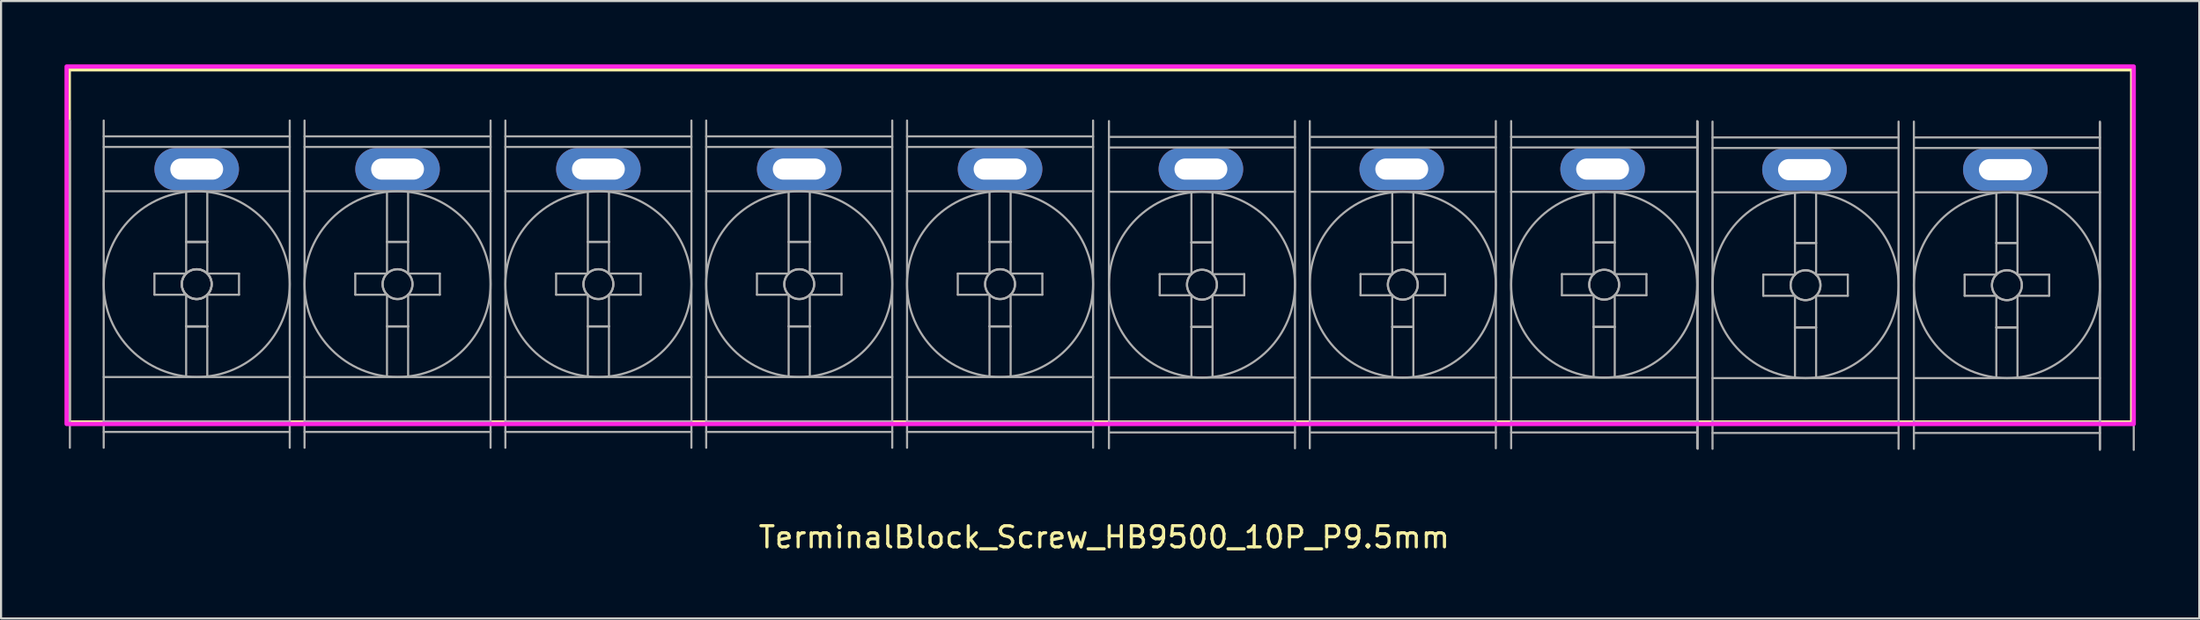
<source format=kicad_pcb>
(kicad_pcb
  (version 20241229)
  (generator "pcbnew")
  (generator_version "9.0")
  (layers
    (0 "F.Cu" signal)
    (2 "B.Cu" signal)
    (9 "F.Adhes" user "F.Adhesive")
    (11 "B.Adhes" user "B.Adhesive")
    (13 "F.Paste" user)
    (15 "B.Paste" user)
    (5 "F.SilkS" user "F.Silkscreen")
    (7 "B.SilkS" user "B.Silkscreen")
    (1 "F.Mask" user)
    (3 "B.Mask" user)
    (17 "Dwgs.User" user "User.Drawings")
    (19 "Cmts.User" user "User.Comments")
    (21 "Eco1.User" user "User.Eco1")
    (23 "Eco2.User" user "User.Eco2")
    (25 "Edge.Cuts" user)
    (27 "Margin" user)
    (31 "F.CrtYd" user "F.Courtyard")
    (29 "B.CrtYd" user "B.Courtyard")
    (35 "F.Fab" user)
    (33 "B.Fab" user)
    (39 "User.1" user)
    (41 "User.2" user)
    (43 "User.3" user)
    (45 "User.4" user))
  (footprint "TerminalBlock_Screw_HB9500_10P_P9.5mm"
    (layer "F.Cu")
    (at 48.99 10.41)
    (property "Reference" "TerminalBlock_Screw_HB9500_10P_P9.5mm" (at 0.19 11.988 0) (layer "F.SilkS") (effects (font (size 1 1) (thickness 0.15))))
    (attr through_hole)
    (fp_rect (start -48.81 -10.2) (end 48.84 6.575) (stroke (width 0.25) (type solid)) (fill no) (layer "F.SilkS"))
    (fp_rect (start -48.89 -10.31) (end 48.89 6.625) (stroke (width 0.2) (type solid)) (fill no) (layer "F.CrtYd"))
    (fp_line (start -48.735 -7.75) (end -48.735 7.75) (stroke (width 0.1) (type solid)) (layer "F.Fab"))
    (fp_line (start -47.135 -7.75) (end -47.135 7.75) (stroke (width 0.1) (type solid)) (layer "F.Fab"))
    (fp_line (start -47.135 -7) (end -38.335 -7) (stroke (width 0.1) (type solid)) (layer "F.Fab"))
    (fp_line (start -47.135 -6.5) (end -38.335 -6.5) (stroke (width 0.1) (type solid)) (layer "F.Fab"))
    (fp_line (start -47.135 -4.4) (end -38.335 -4.4) (stroke (width 0.1) (type solid)) (layer "F.Fab"))
    (fp_line (start -47.135 4.4) (end -38.335 4.4) (stroke (width 0.1) (type solid)) (layer "F.Fab"))
    (fp_line (start -47.135 6.5) (end -38.335 6.5) (stroke (width 0.1) (type solid)) (layer "F.Fab"))
    (fp_line (start -47.135 7) (end -38.335 7) (stroke (width 0.1) (type solid)) (layer "F.Fab"))
    (fp_line (start -44.735 -0.5) (end -44.735 0.5) (stroke (width 0.1) (type solid)) (layer "F.Fab"))
    (fp_line (start -44.735 0.5) (end -43.235 0.5) (stroke (width 0.1) (type solid)) (layer "F.Fab"))
    (fp_line (start -43.235 -4.35) (end -43.235 -0.5) (stroke (width 0.1) (type solid)) (layer "F.Fab"))
    (fp_line (start -43.235 -2) (end -42.235 -2) (stroke (width 0.1) (type solid)) (layer "F.Fab"))
    (fp_line (start -43.235 -2) (end -42.235 -2) (stroke (width 0.1) (type solid)) (layer "F.Fab"))
    (fp_line (start -43.235 -2) (end -42.235 -2) (stroke (width 0.1) (type solid)) (layer "F.Fab"))
    (fp_line (start -43.235 -0.5) (end -44.735 -0.5) (stroke (width 0.1) (type solid)) (layer "F.Fab"))
    (fp_line (start -43.235 0.5) (end -43.235 4.35) (stroke (width 0.1) (type solid)) (layer "F.Fab"))
    (fp_line (start -43.235 2) (end -42.235 2) (stroke (width 0.1) (type solid)) (layer "F.Fab"))
    (fp_line (start -43.235 2) (end -42.235 2) (stroke (width 0.1) (type solid)) (layer "F.Fab"))
    (fp_line (start -43.235 2) (end -42.235 2) (stroke (width 0.1) (type solid)) (layer "F.Fab"))
    (fp_line (start -42.235 -4.35) (end -42.235 -0.5) (stroke (width 0.1) (type solid)) (layer "F.Fab"))
    (fp_line (start -42.235 -0.5) (end -40.735 -0.5) (stroke (width 0.1) (type solid)) (layer "F.Fab"))
    (fp_line (start -42.235 0.5) (end -42.235 4.35) (stroke (width 0.1) (type solid)) (layer "F.Fab"))
    (fp_line (start -40.735 -0.5) (end -40.735 0.5) (stroke (width 0.1) (type solid)) (layer "F.Fab"))
    (fp_line (start -40.735 0.5) (end -42.235 0.5) (stroke (width 0.1) (type solid)) (layer "F.Fab"))
    (fp_line (start -38.335 -7.75) (end -38.335 7.75) (stroke (width 0.1) (type solid)) (layer "F.Fab"))
    (fp_line (start -37.635 -7.75) (end -37.635 7.75) (stroke (width 0.1) (type solid)) (layer "F.Fab"))
    (fp_line (start -37.635 -7) (end -28.835 -7) (stroke (width 0.1) (type solid)) (layer "F.Fab"))
    (fp_line (start -37.635 -6.5) (end -28.835 -6.5) (stroke (width 0.1) (type solid)) (layer "F.Fab"))
    (fp_line (start -37.635 -4.4) (end -28.835 -4.4) (stroke (width 0.1) (type solid)) (layer "F.Fab"))
    (fp_line (start -37.635 4.4) (end -28.835 4.4) (stroke (width 0.1) (type solid)) (layer "F.Fab"))
    (fp_line (start -37.635 6.5) (end -28.835 6.5) (stroke (width 0.1) (type solid)) (layer "F.Fab"))
    (fp_line (start -37.635 7) (end -28.835 7) (stroke (width 0.1) (type solid)) (layer "F.Fab"))
    (fp_line (start -35.235 -0.5) (end -35.235 0.5) (stroke (width 0.1) (type solid)) (layer "F.Fab"))
    (fp_line (start -35.235 0.5) (end -33.735 0.5) (stroke (width 0.1) (type solid)) (layer "F.Fab"))
    (fp_line (start -33.735 -4.35) (end -33.735 -0.5) (stroke (width 0.1) (type solid)) (layer "F.Fab"))
    (fp_line (start -33.735 -2) (end -32.735 -2) (stroke (width 0.1) (type solid)) (layer "F.Fab"))
    (fp_line (start -33.735 -2) (end -32.735 -2) (stroke (width 0.1) (type solid)) (layer "F.Fab"))
    (fp_line (start -33.735 -0.5) (end -35.235 -0.5) (stroke (width 0.1) (type solid)) (layer "F.Fab"))
    (fp_line (start -33.735 0.5) (end -33.735 4.35) (stroke (width 0.1) (type solid)) (layer "F.Fab"))
    (fp_line (start -33.735 2) (end -32.735 2) (stroke (width 0.1) (type solid)) (layer "F.Fab"))
    (fp_line (start -33.735 2) (end -32.735 2) (stroke (width 0.1) (type solid)) (layer "F.Fab"))
    (fp_line (start -32.735 -4.35) (end -32.735 -0.5) (stroke (width 0.1) (type solid)) (layer "F.Fab"))
    (fp_line (start -32.735 -0.5) (end -31.235 -0.5) (stroke (width 0.1) (type solid)) (layer "F.Fab"))
    (fp_line (start -32.735 0.5) (end -32.735 4.35) (stroke (width 0.1) (type solid)) (layer "F.Fab"))
    (fp_line (start -31.235 -0.5) (end -31.235 0.5) (stroke (width 0.1) (type solid)) (layer "F.Fab"))
    (fp_line (start -31.235 0.5) (end -32.735 0.5) (stroke (width 0.1) (type solid)) (layer "F.Fab"))
    (fp_line (start -28.835 -7.75) (end -28.835 7.75) (stroke (width 0.1) (type solid)) (layer "F.Fab"))
    (fp_line (start -28.135 -7.75) (end -28.135 7.75) (stroke (width 0.1) (type solid)) (layer "F.Fab"))
    (fp_line (start -28.135 -7) (end -19.335 -7) (stroke (width 0.1) (type solid)) (layer "F.Fab"))
    (fp_line (start -28.135 -6.5) (end -19.335 -6.5) (stroke (width 0.1) (type solid)) (layer "F.Fab"))
    (fp_line (start -28.135 -4.4) (end -19.335 -4.4) (stroke (width 0.1) (type solid)) (layer "F.Fab"))
    (fp_line (start -28.135 4.4) (end -19.335 4.4) (stroke (width 0.1) (type solid)) (layer "F.Fab"))
    (fp_line (start -28.135 6.5) (end -19.335 6.5) (stroke (width 0.1) (type solid)) (layer "F.Fab"))
    (fp_line (start -28.135 7) (end -19.335 7) (stroke (width 0.1) (type solid)) (layer "F.Fab"))
    (fp_line (start -25.735 -0.5) (end -25.735 0.5) (stroke (width 0.1) (type solid)) (layer "F.Fab"))
    (fp_line (start -25.735 0.5) (end -24.235 0.5) (stroke (width 0.1) (type solid)) (layer "F.Fab"))
    (fp_line (start -24.235 -4.35) (end -24.235 -0.5) (stroke (width 0.1) (type solid)) (layer "F.Fab"))
    (fp_line (start -24.235 -2) (end -23.235 -2) (stroke (width 0.1) (type solid)) (layer "F.Fab"))
    (fp_line (start -24.235 -2) (end -23.235 -2) (stroke (width 0.1) (type solid)) (layer "F.Fab"))
    (fp_line (start -24.235 -0.5) (end -25.735 -0.5) (stroke (width 0.1) (type solid)) (layer "F.Fab"))
    (fp_line (start -24.235 0.5) (end -24.235 4.35) (stroke (width 0.1) (type solid)) (layer "F.Fab"))
    (fp_line (start -24.235 2) (end -23.235 2) (stroke (width 0.1) (type solid)) (layer "F.Fab"))
    (fp_line (start -24.235 2) (end -23.235 2) (stroke (width 0.1) (type solid)) (layer "F.Fab"))
    (fp_line (start -23.235 -4.35) (end -23.235 -0.5) (stroke (width 0.1) (type solid)) (layer "F.Fab"))
    (fp_line (start -23.235 -0.5) (end -21.735 -0.5) (stroke (width 0.1) (type solid)) (layer "F.Fab"))
    (fp_line (start -23.235 0.5) (end -23.235 4.35) (stroke (width 0.1) (type solid)) (layer "F.Fab"))
    (fp_line (start -21.735 -0.5) (end -21.735 0.5) (stroke (width 0.1) (type solid)) (layer "F.Fab"))
    (fp_line (start -21.735 0.5) (end -23.235 0.5) (stroke (width 0.1) (type solid)) (layer "F.Fab"))
    (fp_line (start -19.335 -7.75) (end -19.335 7.75) (stroke (width 0.1) (type solid)) (layer "F.Fab"))
    (fp_line (start -18.635 -7.75) (end -18.635 7.75) (stroke (width 0.1) (type solid)) (layer "F.Fab"))
    (fp_line (start -18.635 -7) (end -9.835 -7) (stroke (width 0.1) (type solid)) (layer "F.Fab"))
    (fp_line (start -18.635 -6.5) (end -9.835 -6.5) (stroke (width 0.1) (type solid)) (layer "F.Fab"))
    (fp_line (start -18.635 -4.4) (end -9.835 -4.4) (stroke (width 0.1) (type solid)) (layer "F.Fab"))
    (fp_line (start -18.635 4.4) (end -9.835 4.4) (stroke (width 0.1) (type solid)) (layer "F.Fab"))
    (fp_line (start -18.635 6.5) (end -9.835 6.5) (stroke (width 0.1) (type solid)) (layer "F.Fab"))
    (fp_line (start -18.635 7) (end -9.835 7) (stroke (width 0.1) (type solid)) (layer "F.Fab"))
    (fp_line (start -16.235 -0.5) (end -16.235 0.5) (stroke (width 0.1) (type solid)) (layer "F.Fab"))
    (fp_line (start -16.235 0.5) (end -14.735 0.5) (stroke (width 0.1) (type solid)) (layer "F.Fab"))
    (fp_line (start -14.735 -4.35) (end -14.735 -0.5) (stroke (width 0.1) (type solid)) (layer "F.Fab"))
    (fp_line (start -14.735 -2) (end -13.735 -2) (stroke (width 0.1) (type solid)) (layer "F.Fab"))
    (fp_line (start -14.735 -2) (end -13.735 -2) (stroke (width 0.1) (type solid)) (layer "F.Fab"))
    (fp_line (start -14.735 -0.5) (end -16.235 -0.5) (stroke (width 0.1) (type solid)) (layer "F.Fab"))
    (fp_line (start -14.735 0.5) (end -14.735 4.35) (stroke (width 0.1) (type solid)) (layer "F.Fab"))
    (fp_line (start -14.735 2) (end -13.735 2) (stroke (width 0.1) (type solid)) (layer "F.Fab"))
    (fp_line (start -14.735 2) (end -13.735 2) (stroke (width 0.1) (type solid)) (layer "F.Fab"))
    (fp_line (start -13.735 -4.35) (end -13.735 -0.5) (stroke (width 0.1) (type solid)) (layer "F.Fab"))
    (fp_line (start -13.735 -0.5) (end -12.235 -0.5) (stroke (width 0.1) (type solid)) (layer "F.Fab"))
    (fp_line (start -13.735 0.5) (end -13.735 4.35) (stroke (width 0.1) (type solid)) (layer "F.Fab"))
    (fp_line (start -12.235 -0.5) (end -12.235 0.5) (stroke (width 0.1) (type solid)) (layer "F.Fab"))
    (fp_line (start -12.235 0.5) (end -13.735 0.5) (stroke (width 0.1) (type solid)) (layer "F.Fab"))
    (fp_line (start -9.835 -7.75) (end -9.835 7.75) (stroke (width 0.1) (type solid)) (layer "F.Fab"))
    (fp_line (start -9.135 -7.75) (end -9.135 7.75) (stroke (width 0.1) (type solid)) (layer "F.Fab"))
    (fp_line (start -9.135 -7) (end -0.335 -7) (stroke (width 0.1) (type solid)) (layer "F.Fab"))
    (fp_line (start -9.135 -6.5) (end -0.335 -6.5) (stroke (width 0.1) (type solid)) (layer "F.Fab"))
    (fp_line (start -9.135 -4.4) (end -0.335 -4.4) (stroke (width 0.1) (type solid)) (layer "F.Fab"))
    (fp_line (start -9.135 4.4) (end -0.335 4.4) (stroke (width 0.1) (type solid)) (layer "F.Fab"))
    (fp_line (start -9.135 6.5) (end -0.335 6.5) (stroke (width 0.1) (type solid)) (layer "F.Fab"))
    (fp_line (start -9.135 7) (end -0.335 7) (stroke (width 0.1) (type solid)) (layer "F.Fab"))
    (fp_line (start -6.735 -0.5) (end -6.735 0.5) (stroke (width 0.1) (type solid)) (layer "F.Fab"))
    (fp_line (start -6.735 0.5) (end -5.235 0.5) (stroke (width 0.1) (type solid)) (layer "F.Fab"))
    (fp_line (start -5.235 -4.35) (end -5.235 -0.5) (stroke (width 0.1) (type solid)) (layer "F.Fab"))
    (fp_line (start -5.235 -2) (end -4.235 -2) (stroke (width 0.1) (type solid)) (layer "F.Fab"))
    (fp_line (start -5.235 -2) (end -4.235 -2) (stroke (width 0.1) (type solid)) (layer "F.Fab"))
    (fp_line (start -5.235 -0.5) (end -6.735 -0.5) (stroke (width 0.1) (type solid)) (layer "F.Fab"))
    (fp_line (start -5.235 0.5) (end -5.235 4.35) (stroke (width 0.1) (type solid)) (layer "F.Fab"))
    (fp_line (start -5.235 2) (end -4.235 2) (stroke (width 0.1) (type solid)) (layer "F.Fab"))
    (fp_line (start -5.235 2) (end -4.235 2) (stroke (width 0.1) (type solid)) (layer "F.Fab"))
    (fp_line (start -4.235 -4.35) (end -4.235 -0.5) (stroke (width 0.1) (type solid)) (layer "F.Fab"))
    (fp_line (start -4.235 -0.5) (end -2.735 -0.5) (stroke (width 0.1) (type solid)) (layer "F.Fab"))
    (fp_line (start -4.235 0.5) (end -4.235 4.35) (stroke (width 0.1) (type solid)) (layer "F.Fab"))
    (fp_line (start -2.735 -0.5) (end -2.735 0.5) (stroke (width 0.1) (type solid)) (layer "F.Fab"))
    (fp_line (start -2.735 0.5) (end -4.235 0.5) (stroke (width 0.1) (type solid)) (layer "F.Fab"))
    (fp_line (start -0.335 -7.75) (end -0.335 7.75) (stroke (width 0.1) (type solid)) (layer "F.Fab"))
    (fp_line (start 0.415 -7.725) (end 0.415 7.775) (stroke (width 0.1) (type solid)) (layer "F.Fab"))
    (fp_line (start 0.415 -6.975) (end 9.215 -6.975) (stroke (width 0.1) (type solid)) (layer "F.Fab"))
    (fp_line (start 0.415 -6.475) (end 9.215 -6.475) (stroke (width 0.1) (type solid)) (layer "F.Fab"))
    (fp_line (start 0.415 -4.375) (end 9.215 -4.375) (stroke (width 0.1) (type solid)) (layer "F.Fab"))
    (fp_line (start 0.415 4.425) (end 9.215 4.425) (stroke (width 0.1) (type solid)) (layer "F.Fab"))
    (fp_line (start 0.415 6.525) (end 9.215 6.525) (stroke (width 0.1) (type solid)) (layer "F.Fab"))
    (fp_line (start 0.415 7.025) (end 9.215 7.025) (stroke (width 0.1) (type solid)) (layer "F.Fab"))
    (fp_line (start 2.815 -0.475) (end 2.815 0.525) (stroke (width 0.1) (type solid)) (layer "F.Fab"))
    (fp_line (start 2.815 0.525) (end 4.315 0.525) (stroke (width 0.1) (type solid)) (layer "F.Fab"))
    (fp_line (start 4.315 -4.325) (end 4.315 -0.475) (stroke (width 0.1) (type solid)) (layer "F.Fab"))
    (fp_line (start 4.315 -1.975) (end 5.315 -1.975) (stroke (width 0.1) (type solid)) (layer "F.Fab"))
    (fp_line (start 4.315 -1.975) (end 5.315 -1.975) (stroke (width 0.1) (type solid)) (layer "F.Fab"))
    (fp_line (start 4.315 -0.475) (end 2.815 -0.475) (stroke (width 0.1) (type solid)) (layer "F.Fab"))
    (fp_line (start 4.315 0.525) (end 4.315 4.375) (stroke (width 0.1) (type solid)) (layer "F.Fab"))
    (fp_line (start 4.315 2.025) (end 5.315 2.025) (stroke (width 0.1) (type solid)) (layer "F.Fab"))
    (fp_line (start 4.315 2.025) (end 5.315 2.025) (stroke (width 0.1) (type solid)) (layer "F.Fab"))
    (fp_line (start 5.315 -4.325) (end 5.315 -0.475) (stroke (width 0.1) (type solid)) (layer "F.Fab"))
    (fp_line (start 5.315 -0.475) (end 6.815 -0.475) (stroke (width 0.1) (type solid)) (layer "F.Fab"))
    (fp_line (start 5.315 0.525) (end 5.315 4.375) (stroke (width 0.1) (type solid)) (layer "F.Fab"))
    (fp_line (start 6.815 -0.475) (end 6.815 0.525) (stroke (width 0.1) (type solid)) (layer "F.Fab"))
    (fp_line (start 6.815 0.525) (end 5.315 0.525) (stroke (width 0.1) (type solid)) (layer "F.Fab"))
    (fp_line (start 9.215 -7.725) (end 9.215 7.775) (stroke (width 0.1) (type solid)) (layer "F.Fab"))
    (fp_line (start 9.915 -7.725) (end 9.915 7.775) (stroke (width 0.1) (type solid)) (layer "F.Fab"))
    (fp_line (start 9.915 -6.975) (end 18.715 -6.975) (stroke (width 0.1) (type solid)) (layer "F.Fab"))
    (fp_line (start 9.915 -6.475) (end 18.715 -6.475) (stroke (width 0.1) (type solid)) (layer "F.Fab"))
    (fp_line (start 9.915 -4.375) (end 18.715 -4.375) (stroke (width 0.1) (type solid)) (layer "F.Fab"))
    (fp_line (start 9.915 4.425) (end 18.715 4.425) (stroke (width 0.1) (type solid)) (layer "F.Fab"))
    (fp_line (start 9.915 6.525) (end 18.715 6.525) (stroke (width 0.1) (type solid)) (layer "F.Fab"))
    (fp_line (start 9.915 7.025) (end 18.715 7.025) (stroke (width 0.1) (type solid)) (layer "F.Fab"))
    (fp_line (start 12.315 -0.475) (end 12.315 0.525) (stroke (width 0.1) (type solid)) (layer "F.Fab"))
    (fp_line (start 12.315 0.525) (end 13.815 0.525) (stroke (width 0.1) (type solid)) (layer "F.Fab"))
    (fp_line (start 13.815 -4.325) (end 13.815 -0.475) (stroke (width 0.1) (type solid)) (layer "F.Fab"))
    (fp_line (start 13.815 -1.975) (end 14.815 -1.975) (stroke (width 0.1) (type solid)) (layer "F.Fab"))
    (fp_line (start 13.815 -1.975) (end 14.815 -1.975) (stroke (width 0.1) (type solid)) (layer "F.Fab"))
    (fp_line (start 13.815 -0.475) (end 12.315 -0.475) (stroke (width 0.1) (type solid)) (layer "F.Fab"))
    (fp_line (start 13.815 0.525) (end 13.815 4.375) (stroke (width 0.1) (type solid)) (layer "F.Fab"))
    (fp_line (start 13.815 2.025) (end 14.815 2.025) (stroke (width 0.1) (type solid)) (layer "F.Fab"))
    (fp_line (start 13.815 2.025) (end 14.815 2.025) (stroke (width 0.1) (type solid)) (layer "F.Fab"))
    (fp_line (start 14.815 -4.325) (end 14.815 -0.475) (stroke (width 0.1) (type solid)) (layer "F.Fab"))
    (fp_line (start 14.815 -0.475) (end 16.315 -0.475) (stroke (width 0.1) (type solid)) (layer "F.Fab"))
    (fp_line (start 14.815 0.525) (end 14.815 4.375) (stroke (width 0.1) (type solid)) (layer "F.Fab"))
    (fp_line (start 16.315 -0.475) (end 16.315 0.525) (stroke (width 0.1) (type solid)) (layer "F.Fab"))
    (fp_line (start 16.315 0.525) (end 14.815 0.525) (stroke (width 0.1) (type solid)) (layer "F.Fab"))
    (fp_line (start 18.715 -7.725) (end 18.715 7.775) (stroke (width 0.1) (type solid)) (layer "F.Fab"))
    (fp_line (start 19.44 -7.725) (end 19.44 7.775) (stroke (width 0.1) (type solid)) (layer "F.Fab"))
    (fp_line (start 19.44 -6.975) (end 28.24 -6.975) (stroke (width 0.1) (type solid)) (layer "F.Fab"))
    (fp_line (start 19.44 -6.475) (end 28.24 -6.475) (stroke (width 0.1) (type solid)) (layer "F.Fab"))
    (fp_line (start 19.44 -4.375) (end 28.24 -4.375) (stroke (width 0.1) (type solid)) (layer "F.Fab"))
    (fp_line (start 19.44 4.425) (end 28.24 4.425) (stroke (width 0.1) (type solid)) (layer "F.Fab"))
    (fp_line (start 19.44 6.525) (end 28.24 6.525) (stroke (width 0.1) (type solid)) (layer "F.Fab"))
    (fp_line (start 19.44 7.025) (end 28.24 7.025) (stroke (width 0.1) (type solid)) (layer "F.Fab"))
    (fp_line (start 21.84 -0.475) (end 21.84 0.525) (stroke (width 0.1) (type solid)) (layer "F.Fab"))
    (fp_line (start 21.84 0.525) (end 23.34 0.525) (stroke (width 0.1) (type solid)) (layer "F.Fab"))
    (fp_line (start 23.34 -4.325) (end 23.34 -0.475) (stroke (width 0.1) (type solid)) (layer "F.Fab"))
    (fp_line (start 23.34 -1.975) (end 24.34 -1.975) (stroke (width 0.1) (type solid)) (layer "F.Fab"))
    (fp_line (start 23.34 -1.975) (end 24.34 -1.975) (stroke (width 0.1) (type solid)) (layer "F.Fab"))
    (fp_line (start 23.34 -0.475) (end 21.84 -0.475) (stroke (width 0.1) (type solid)) (layer "F.Fab"))
    (fp_line (start 23.34 0.525) (end 23.34 4.375) (stroke (width 0.1) (type solid)) (layer "F.Fab"))
    (fp_line (start 23.34 2.025) (end 24.34 2.025) (stroke (width 0.1) (type solid)) (layer "F.Fab"))
    (fp_line (start 23.34 2.025) (end 24.34 2.025) (stroke (width 0.1) (type solid)) (layer "F.Fab"))
    (fp_line (start 24.34 -4.325) (end 24.34 -0.475) (stroke (width 0.1) (type solid)) (layer "F.Fab"))
    (fp_line (start 24.34 -0.475) (end 25.84 -0.475) (stroke (width 0.1) (type solid)) (layer "F.Fab"))
    (fp_line (start 24.34 0.525) (end 24.34 4.375) (stroke (width 0.1) (type solid)) (layer "F.Fab"))
    (fp_line (start 25.84 -0.475) (end 25.84 0.525) (stroke (width 0.1) (type solid)) (layer "F.Fab"))
    (fp_line (start 25.84 0.525) (end 24.34 0.525) (stroke (width 0.1) (type solid)) (layer "F.Fab"))
    (fp_line (start 28.24 -7.725) (end 28.24 7.775) (stroke (width 0.1) (type solid)) (layer "F.Fab"))
    (fp_line (start 28.265 -7.7) (end 28.265 7.8) (stroke (width 0.1) (type solid)) (layer "F.Fab"))
    (fp_line (start 28.965 -7.7) (end 28.965 7.8) (stroke (width 0.1) (type solid)) (layer "F.Fab"))
    (fp_line (start 28.965 -6.95) (end 37.765 -6.95) (stroke (width 0.1) (type solid)) (layer "F.Fab"))
    (fp_line (start 28.965 -6.45) (end 37.765 -6.45) (stroke (width 0.1) (type solid)) (layer "F.Fab"))
    (fp_line (start 28.965 -4.35) (end 37.765 -4.35) (stroke (width 0.1) (type solid)) (layer "F.Fab"))
    (fp_line (start 28.965 4.45) (end 37.765 4.45) (stroke (width 0.1) (type solid)) (layer "F.Fab"))
    (fp_line (start 28.965 6.55) (end 37.765 6.55) (stroke (width 0.1) (type solid)) (layer "F.Fab"))
    (fp_line (start 28.965 7.05) (end 37.765 7.05) (stroke (width 0.1) (type solid)) (layer "F.Fab"))
    (fp_line (start 31.365 -0.45) (end 31.365 0.55) (stroke (width 0.1) (type solid)) (layer "F.Fab"))
    (fp_line (start 31.365 0.55) (end 32.865 0.55) (stroke (width 0.1) (type solid)) (layer "F.Fab"))
    (fp_line (start 32.865 -4.3) (end 32.865 -0.45) (stroke (width 0.1) (type solid)) (layer "F.Fab"))
    (fp_line (start 32.865 -1.95) (end 33.865 -1.95) (stroke (width 0.1) (type solid)) (layer "F.Fab"))
    (fp_line (start 32.865 -1.95) (end 33.865 -1.95) (stroke (width 0.1) (type solid)) (layer "F.Fab"))
    (fp_line (start 32.865 -0.45) (end 31.365 -0.45) (stroke (width 0.1) (type solid)) (layer "F.Fab"))
    (fp_line (start 32.865 0.55) (end 32.865 4.4) (stroke (width 0.1) (type solid)) (layer "F.Fab"))
    (fp_line (start 32.865 2.05) (end 33.865 2.05) (stroke (width 0.1) (type solid)) (layer "F.Fab"))
    (fp_line (start 32.865 2.05) (end 33.865 2.05) (stroke (width 0.1) (type solid)) (layer "F.Fab"))
    (fp_line (start 33.865 -4.3) (end 33.865 -0.45) (stroke (width 0.1) (type solid)) (layer "F.Fab"))
    (fp_line (start 33.865 -0.45) (end 35.365 -0.45) (stroke (width 0.1) (type solid)) (layer "F.Fab"))
    (fp_line (start 33.865 0.55) (end 33.865 4.4) (stroke (width 0.1) (type solid)) (layer "F.Fab"))
    (fp_line (start 35.365 -0.45) (end 35.365 0.55) (stroke (width 0.1) (type solid)) (layer "F.Fab"))
    (fp_line (start 35.365 0.55) (end 33.865 0.55) (stroke (width 0.1) (type solid)) (layer "F.Fab"))
    (fp_line (start 37.765 -7.7) (end 37.765 7.8) (stroke (width 0.1) (type solid)) (layer "F.Fab"))
    (fp_line (start 38.49 -7.7) (end 38.49 7.8) (stroke (width 0.1) (type solid)) (layer "F.Fab"))
    (fp_line (start 38.49 -6.95) (end 47.29 -6.95) (stroke (width 0.1) (type solid)) (layer "F.Fab"))
    (fp_line (start 38.49 -6.45) (end 47.29 -6.45) (stroke (width 0.1) (type solid)) (layer "F.Fab"))
    (fp_line (start 38.49 -4.35) (end 47.29 -4.35) (stroke (width 0.1) (type solid)) (layer "F.Fab"))
    (fp_line (start 38.49 4.45) (end 47.29 4.45) (stroke (width 0.1) (type solid)) (layer "F.Fab"))
    (fp_line (start 38.49 6.55) (end 47.29 6.55) (stroke (width 0.1) (type solid)) (layer "F.Fab"))
    (fp_line (start 38.49 7.05) (end 47.29 7.05) (stroke (width 0.1) (type solid)) (layer "F.Fab"))
    (fp_line (start 40.89 -0.45) (end 40.89 0.55) (stroke (width 0.1) (type solid)) (layer "F.Fab"))
    (fp_line (start 40.89 0.55) (end 42.39 0.55) (stroke (width 0.1) (type solid)) (layer "F.Fab"))
    (fp_line (start 42.39 -4.3) (end 42.39 -0.45) (stroke (width 0.1) (type solid)) (layer "F.Fab"))
    (fp_line (start 42.39 -1.95) (end 43.39 -1.95) (stroke (width 0.1) (type solid)) (layer "F.Fab"))
    (fp_line (start 42.39 -1.95) (end 43.39 -1.95) (stroke (width 0.1) (type solid)) (layer "F.Fab"))
    (fp_line (start 42.39 -0.45) (end 40.89 -0.45) (stroke (width 0.1) (type solid)) (layer "F.Fab"))
    (fp_line (start 42.39 0.55) (end 42.39 4.4) (stroke (width 0.1) (type solid)) (layer "F.Fab"))
    (fp_line (start 42.39 2.05) (end 43.39 2.05) (stroke (width 0.1) (type solid)) (layer "F.Fab"))
    (fp_line (start 42.39 2.05) (end 43.39 2.05) (stroke (width 0.1) (type solid)) (layer "F.Fab"))
    (fp_line (start 43.39 -4.3) (end 43.39 -0.45) (stroke (width 0.1) (type solid)) (layer "F.Fab"))
    (fp_line (start 43.39 -0.45) (end 44.89 -0.45) (stroke (width 0.1) (type solid)) (layer "F.Fab"))
    (fp_line (start 43.39 0.55) (end 43.39 4.4) (stroke (width 0.1) (type solid)) (layer "F.Fab"))
    (fp_line (start 44.89 -0.45) (end 44.89 0.55) (stroke (width 0.1) (type solid)) (layer "F.Fab"))
    (fp_line (start 44.89 0.55) (end 43.39 0.55) (stroke (width 0.1) (type solid)) (layer "F.Fab"))
    (fp_line (start 47.29 -7.7) (end 47.29 7.8) (stroke (width 0.1) (type solid)) (layer "F.Fab"))
    (fp_line (start 47.29 -7.65) (end 47.29 7.85) (stroke (width 0.1) (type solid)) (layer "F.Fab"))
    (fp_line (start 48.89 -7.65) (end 48.89 7.85) (stroke (width 0.1) (type solid)) (layer "F.Fab"))
    (fp_circle (center -42.735 0) (end -42.235 0.5) (stroke (width 0.1) (type solid)) (fill no) (layer "F.Fab"))
    (fp_circle (center -42.735 0) (end -42.235 0.5) (stroke (width 0.1) (type solid)) (fill no) (layer "F.Fab"))
    (fp_circle (center -42.735 0) (end -42.235 0.5) (stroke (width 0.1) (type solid)) (fill no) (layer "F.Fab"))
    (fp_circle (center -42.735 0) (end -38.335 0) (stroke (width 0.1) (type solid)) (fill no) (layer "F.Fab"))
    (fp_circle (center -33.235 0) (end -32.735 0.5) (stroke (width 0.1) (type solid)) (fill no) (layer "F.Fab"))
    (fp_circle (center -33.235 0) (end -32.735 0.5) (stroke (width 0.1) (type solid)) (fill no) (layer "F.Fab"))
    (fp_circle (center -33.235 0) (end -28.835 0) (stroke (width 0.1) (type solid)) (fill no) (layer "F.Fab"))
    (fp_circle (center -23.735 0) (end -23.235 0.5) (stroke (width 0.1) (type solid)) (fill no) (layer "F.Fab"))
    (fp_circle (center -23.735 0) (end -23.235 0.5) (stroke (width 0.1) (type solid)) (fill no) (layer "F.Fab"))
    (fp_circle (center -23.735 0) (end -19.335 0) (stroke (width 0.1) (type solid)) (fill no) (layer "F.Fab"))
    (fp_circle (center -14.235 0) (end -13.735 0.5) (stroke (width 0.1) (type solid)) (fill no) (layer "F.Fab"))
    (fp_circle (center -14.235 0) (end -13.735 0.5) (stroke (width 0.1) (type solid)) (fill no) (layer "F.Fab"))
    (fp_circle (center -14.235 0) (end -9.835 0) (stroke (width 0.1) (type solid)) (fill no) (layer "F.Fab"))
    (fp_circle (center -4.735 0) (end -4.235 0.5) (stroke (width 0.1) (type solid)) (fill no) (layer "F.Fab"))
    (fp_circle (center -4.735 0) (end -4.235 0.5) (stroke (width 0.1) (type solid)) (fill no) (layer "F.Fab"))
    (fp_circle (center -4.735 0) (end -0.335 0) (stroke (width 0.1) (type solid)) (fill no) (layer "F.Fab"))
    (fp_circle (center 4.815 0.025) (end 5.315 0.525) (stroke (width 0.1) (type solid)) (fill no) (layer "F.Fab"))
    (fp_circle (center 4.815 0.025) (end 5.315 0.525) (stroke (width 0.1) (type solid)) (fill no) (layer "F.Fab"))
    (fp_circle (center 4.815 0.025) (end 9.215 0.025) (stroke (width 0.1) (type solid)) (fill no) (layer "F.Fab"))
    (fp_circle (center 14.315 0.025) (end 14.815 0.525) (stroke (width 0.1) (type solid)) (fill no) (layer "F.Fab"))
    (fp_circle (center 14.315 0.025) (end 14.815 0.525) (stroke (width 0.1) (type solid)) (fill no) (layer "F.Fab"))
    (fp_circle (center 14.315 0.025) (end 18.715 0.025) (stroke (width 0.1) (type solid)) (fill no) (layer "F.Fab"))
    (fp_circle (center 23.84 0.025) (end 24.34 0.525) (stroke (width 0.1) (type solid)) (fill no) (layer "F.Fab"))
    (fp_circle (center 23.84 0.025) (end 24.34 0.525) (stroke (width 0.1) (type solid)) (fill no) (layer "F.Fab"))
    (fp_circle (center 23.84 0.025) (end 28.24 0.025) (stroke (width 0.1) (type solid)) (fill no) (layer "F.Fab"))
    (fp_circle (center 33.365 0.05) (end 33.865 0.55) (stroke (width 0.1) (type solid)) (fill no) (layer "F.Fab"))
    (fp_circle (center 33.365 0.05) (end 33.865 0.55) (stroke (width 0.1) (type solid)) (fill no) (layer "F.Fab"))
    (fp_circle (center 33.365 0.05) (end 37.765 0.05) (stroke (width 0.1) (type solid)) (fill no) (layer "F.Fab"))
    (fp_circle (center 42.89 0.05) (end 43.39 0.55) (stroke (width 0.1) (type solid)) (fill no) (layer "F.Fab"))
    (fp_circle (center 42.89 0.05) (end 43.39 0.55) (stroke (width 0.1) (type solid)) (fill no) (layer "F.Fab"))
    (fp_circle (center 42.89 0.05) (end 47.29 0.05) (stroke (width 0.1) (type solid)) (fill no) (layer "F.Fab"))
    (pad "1" thru_hole oval (at -42.735 -5.45) (size 4 2) (drill oval 2.5 1) (layers "*.Cu" "*.Mask"))
    (pad "2" thru_hole oval (at -33.235 -5.45) (size 4 2) (drill oval 2.5 1) (layers "*.Cu" "*.Mask"))
    (pad "3" thru_hole oval (at -23.735 -5.45) (size 4 2) (drill oval 2.5 1) (layers "*.Cu" "*.Mask"))
    (pad "4" thru_hole oval (at -14.235 -5.45) (size 4 2) (drill oval 2.5 1) (layers "*.Cu" "*.Mask"))
    (pad "5" thru_hole oval (at -4.735 -5.45) (size 4 2) (drill oval 2.5 1) (layers "*.Cu" "*.Mask"))
    (pad "6" thru_hole oval (at 4.765 -5.45) (size 4 2) (drill oval 2.5 1) (layers "*.Cu" "*.Mask"))
    (pad "7" thru_hole oval (at 14.265 -5.45) (size 4 2) (drill oval 2.5 1) (layers "*.Cu" "*.Mask"))
    (pad "8" thru_hole oval (at 23.765 -5.45) (size 4 2) (drill oval 2.5 1) (layers "*.Cu" "*.Mask"))
    (pad "9" thru_hole oval (at 33.315 -5.425) (size 4 2) (drill oval 2.5 1) (layers "*.Cu" "*.Mask"))
    (pad "10" thru_hole oval (at 42.815 -5.425) (size 4 2) (drill oval 2.5 1) (layers "*.Cu" "*.Mask")))
  (gr_rect
    (start -3 -3)
    (end 100.98 26.246)
    (stroke (width 0.1) (type default))
    (fill no)
    (layer "Edge.Cuts")))
</source>
